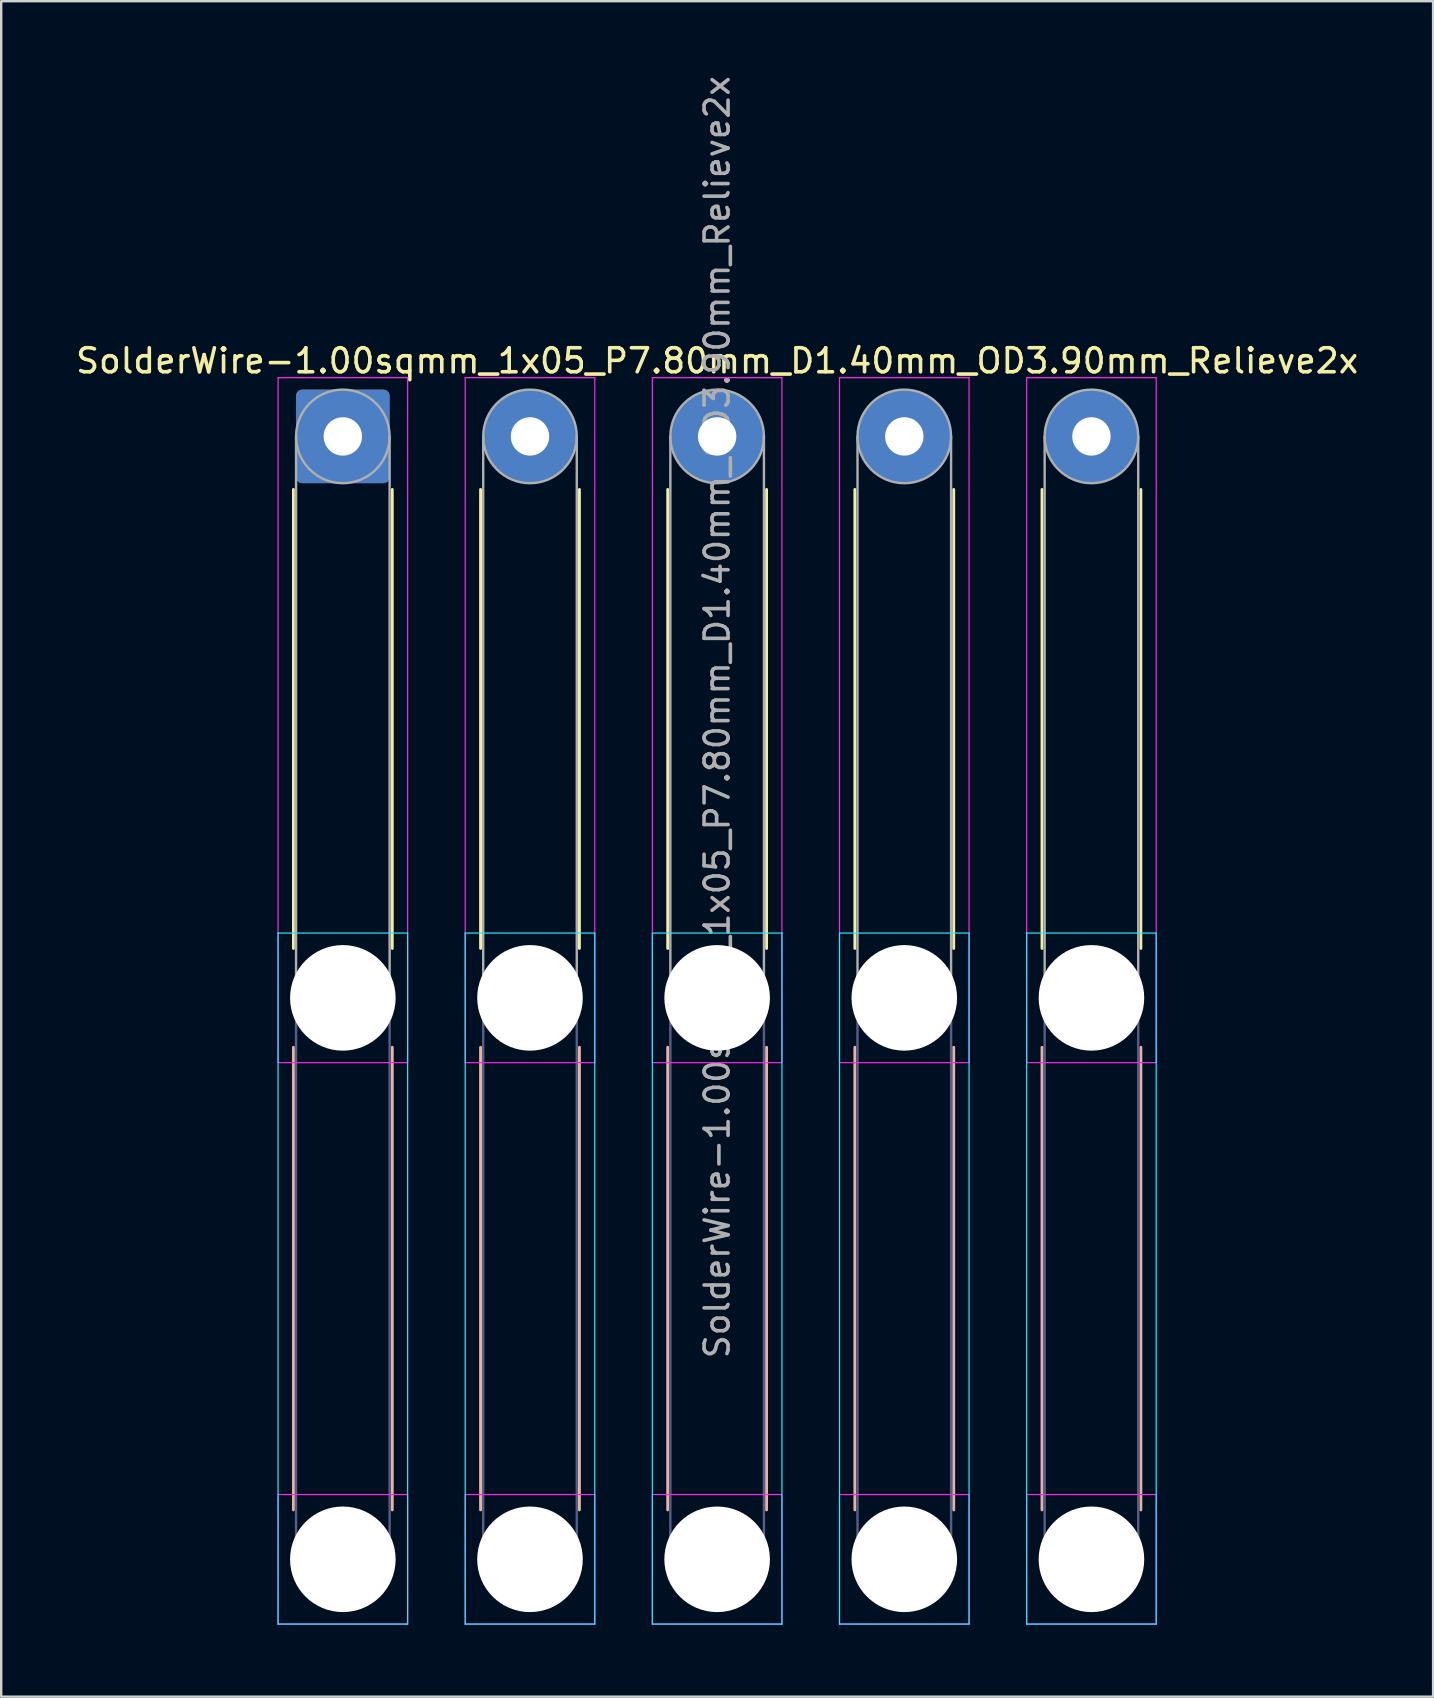
<source format=kicad_pcb>
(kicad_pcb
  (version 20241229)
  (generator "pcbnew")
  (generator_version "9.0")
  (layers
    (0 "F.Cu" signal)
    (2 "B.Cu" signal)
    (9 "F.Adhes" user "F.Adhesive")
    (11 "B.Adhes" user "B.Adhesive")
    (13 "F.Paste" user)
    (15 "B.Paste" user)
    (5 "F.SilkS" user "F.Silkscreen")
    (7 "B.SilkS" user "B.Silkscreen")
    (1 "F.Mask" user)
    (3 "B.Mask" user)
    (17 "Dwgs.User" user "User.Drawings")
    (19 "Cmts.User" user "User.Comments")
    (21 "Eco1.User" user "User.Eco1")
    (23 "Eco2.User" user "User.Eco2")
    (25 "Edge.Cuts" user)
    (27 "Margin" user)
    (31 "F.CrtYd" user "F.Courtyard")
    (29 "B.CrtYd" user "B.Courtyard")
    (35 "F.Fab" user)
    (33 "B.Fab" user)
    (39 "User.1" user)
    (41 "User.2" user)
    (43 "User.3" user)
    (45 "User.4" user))
  (footprint "SolderWire-1.00sqmm_1x05_P7.80mm_D1.40mm_OD3.90mm_Relieve2x"
    (layer "F.Cu")
    (at 11.239 15.139)
    (property "Reference" "SolderWire-1.00sqmm_1x05_P7.80mm_D1.40mm_OD3.90mm_Relieve2x" (at 15.6 -3.15 0) (layer "F.SilkS") (effects (font (size 1 1) (thickness 0.15))))
    (attr exclude_from_pos_files exclude_from_bom)
    (fp_line (start -2.06 2.21) (end -2.06 21.34) (stroke (width 0.12) (type solid)) (layer "F.SilkS"))
    (fp_line (start 2.06 2.21) (end 2.06 21.34) (stroke (width 0.12) (type solid)) (layer "F.SilkS"))
    (fp_line (start 5.74 2.21) (end 5.74 21.34) (stroke (width 0.12) (type solid)) (layer "F.SilkS"))
    (fp_line (start 9.86 2.21) (end 9.86 21.34) (stroke (width 0.12) (type solid)) (layer "F.SilkS"))
    (fp_line (start 13.54 2.21) (end 13.54 21.34) (stroke (width 0.12) (type solid)) (layer "F.SilkS"))
    (fp_line (start 17.66 2.21) (end 17.66 21.34) (stroke (width 0.12) (type solid)) (layer "F.SilkS"))
    (fp_line (start 21.34 2.21) (end 21.34 21.34) (stroke (width 0.12) (type solid)) (layer "F.SilkS"))
    (fp_line (start 25.46 2.21) (end 25.46 21.34) (stroke (width 0.12) (type solid)) (layer "F.SilkS"))
    (fp_line (start 29.14 2.21) (end 29.14 21.34) (stroke (width 0.12) (type solid)) (layer "F.SilkS"))
    (fp_line (start 33.26 2.21) (end 33.26 21.34) (stroke (width 0.12) (type solid)) (layer "F.SilkS"))
    (fp_line (start -2.06 25.46) (end -2.06 44.74) (stroke (width 0.12) (type solid)) (layer "B.SilkS"))
    (fp_line (start 2.06 25.46) (end 2.06 44.74) (stroke (width 0.12) (type solid)) (layer "B.SilkS"))
    (fp_line (start 5.74 25.46) (end 5.74 44.74) (stroke (width 0.12) (type solid)) (layer "B.SilkS"))
    (fp_line (start 9.86 25.46) (end 9.86 44.74) (stroke (width 0.12) (type solid)) (layer "B.SilkS"))
    (fp_line (start 13.54 25.46) (end 13.54 44.74) (stroke (width 0.12) (type solid)) (layer "B.SilkS"))
    (fp_line (start 17.66 25.46) (end 17.66 44.74) (stroke (width 0.12) (type solid)) (layer "B.SilkS"))
    (fp_line (start 21.34 25.46) (end 21.34 44.74) (stroke (width 0.12) (type solid)) (layer "B.SilkS"))
    (fp_line (start 25.46 25.46) (end 25.46 44.74) (stroke (width 0.12) (type solid)) (layer "B.SilkS"))
    (fp_line (start 29.14 25.46) (end 29.14 44.74) (stroke (width 0.12) (type solid)) (layer "B.SilkS"))
    (fp_line (start 33.26 25.46) (end 33.26 44.74) (stroke (width 0.12) (type solid)) (layer "B.SilkS"))
    (fp_line (start -2.7 20.7) (end -2.7 49.5) (stroke (width 0.05) (type solid)) (layer "B.CrtYd"))
    (fp_line (start -2.7 49.5) (end 2.7 49.5) (stroke (width 0.05) (type solid)) (layer "B.CrtYd"))
    (fp_line (start 2.7 20.7) (end -2.7 20.7) (stroke (width 0.05) (type solid)) (layer "B.CrtYd"))
    (fp_line (start 2.7 49.5) (end 2.7 20.7) (stroke (width 0.05) (type solid)) (layer "B.CrtYd"))
    (fp_line (start 5.1 20.7) (end 5.1 49.5) (stroke (width 0.05) (type solid)) (layer "B.CrtYd"))
    (fp_line (start 5.1 49.5) (end 10.5 49.5) (stroke (width 0.05) (type solid)) (layer "B.CrtYd"))
    (fp_line (start 10.5 20.7) (end 5.1 20.7) (stroke (width 0.05) (type solid)) (layer "B.CrtYd"))
    (fp_line (start 10.5 49.5) (end 10.5 20.7) (stroke (width 0.05) (type solid)) (layer "B.CrtYd"))
    (fp_line (start 12.9 20.7) (end 12.9 49.5) (stroke (width 0.05) (type solid)) (layer "B.CrtYd"))
    (fp_line (start 12.9 49.5) (end 18.3 49.5) (stroke (width 0.05) (type solid)) (layer "B.CrtYd"))
    (fp_line (start 18.3 20.7) (end 12.9 20.7) (stroke (width 0.05) (type solid)) (layer "B.CrtYd"))
    (fp_line (start 18.3 49.5) (end 18.3 20.7) (stroke (width 0.05) (type solid)) (layer "B.CrtYd"))
    (fp_line (start 20.7 20.7) (end 20.7 49.5) (stroke (width 0.05) (type solid)) (layer "B.CrtYd"))
    (fp_line (start 20.7 49.5) (end 26.1 49.5) (stroke (width 0.05) (type solid)) (layer "B.CrtYd"))
    (fp_line (start 26.1 20.7) (end 20.7 20.7) (stroke (width 0.05) (type solid)) (layer "B.CrtYd"))
    (fp_line (start 26.1 49.5) (end 26.1 20.7) (stroke (width 0.05) (type solid)) (layer "B.CrtYd"))
    (fp_line (start 28.5 20.7) (end 28.5 49.5) (stroke (width 0.05) (type solid)) (layer "B.CrtYd"))
    (fp_line (start 28.5 49.5) (end 33.9 49.5) (stroke (width 0.05) (type solid)) (layer "B.CrtYd"))
    (fp_line (start 33.9 20.7) (end 28.5 20.7) (stroke (width 0.05) (type solid)) (layer "B.CrtYd"))
    (fp_line (start 33.9 49.5) (end 33.9 20.7) (stroke (width 0.05) (type solid)) (layer "B.CrtYd"))
    (fp_line (start -2.7 -2.45) (end -2.7 26.1) (stroke (width 0.05) (type solid)) (layer "F.CrtYd"))
    (fp_line (start -2.7 26.1) (end 2.7 26.1) (stroke (width 0.05) (type solid)) (layer "F.CrtYd"))
    (fp_line (start -2.7 44.1) (end -2.7 49.5) (stroke (width 0.05) (type solid)) (layer "F.CrtYd"))
    (fp_line (start -2.7 49.5) (end 2.7 49.5) (stroke (width 0.05) (type solid)) (layer "F.CrtYd"))
    (fp_line (start 2.7 -2.45) (end -2.7 -2.45) (stroke (width 0.05) (type solid)) (layer "F.CrtYd"))
    (fp_line (start 2.7 26.1) (end 2.7 -2.45) (stroke (width 0.05) (type solid)) (layer "F.CrtYd"))
    (fp_line (start 2.7 44.1) (end -2.7 44.1) (stroke (width 0.05) (type solid)) (layer "F.CrtYd"))
    (fp_line (start 2.7 49.5) (end 2.7 44.1) (stroke (width 0.05) (type solid)) (layer "F.CrtYd"))
    (fp_line (start 5.1 -2.45) (end 5.1 26.1) (stroke (width 0.05) (type solid)) (layer "F.CrtYd"))
    (fp_line (start 5.1 26.1) (end 10.5 26.1) (stroke (width 0.05) (type solid)) (layer "F.CrtYd"))
    (fp_line (start 5.1 44.1) (end 5.1 49.5) (stroke (width 0.05) (type solid)) (layer "F.CrtYd"))
    (fp_line (start 5.1 49.5) (end 10.5 49.5) (stroke (width 0.05) (type solid)) (layer "F.CrtYd"))
    (fp_line (start 10.5 -2.45) (end 5.1 -2.45) (stroke (width 0.05) (type solid)) (layer "F.CrtYd"))
    (fp_line (start 10.5 26.1) (end 10.5 -2.45) (stroke (width 0.05) (type solid)) (layer "F.CrtYd"))
    (fp_line (start 10.5 44.1) (end 5.1 44.1) (stroke (width 0.05) (type solid)) (layer "F.CrtYd"))
    (fp_line (start 10.5 49.5) (end 10.5 44.1) (stroke (width 0.05) (type solid)) (layer "F.CrtYd"))
    (fp_line (start 12.9 -2.45) (end 12.9 26.1) (stroke (width 0.05) (type solid)) (layer "F.CrtYd"))
    (fp_line (start 12.9 26.1) (end 18.3 26.1) (stroke (width 0.05) (type solid)) (layer "F.CrtYd"))
    (fp_line (start 12.9 44.1) (end 12.9 49.5) (stroke (width 0.05) (type solid)) (layer "F.CrtYd"))
    (fp_line (start 12.9 49.5) (end 18.3 49.5) (stroke (width 0.05) (type solid)) (layer "F.CrtYd"))
    (fp_line (start 18.3 -2.45) (end 12.9 -2.45) (stroke (width 0.05) (type solid)) (layer "F.CrtYd"))
    (fp_line (start 18.3 26.1) (end 18.3 -2.45) (stroke (width 0.05) (type solid)) (layer "F.CrtYd"))
    (fp_line (start 18.3 44.1) (end 12.9 44.1) (stroke (width 0.05) (type solid)) (layer "F.CrtYd"))
    (fp_line (start 18.3 49.5) (end 18.3 44.1) (stroke (width 0.05) (type solid)) (layer "F.CrtYd"))
    (fp_line (start 20.7 -2.45) (end 20.7 26.1) (stroke (width 0.05) (type solid)) (layer "F.CrtYd"))
    (fp_line (start 20.7 26.1) (end 26.1 26.1) (stroke (width 0.05) (type solid)) (layer "F.CrtYd"))
    (fp_line (start 20.7 44.1) (end 20.7 49.5) (stroke (width 0.05) (type solid)) (layer "F.CrtYd"))
    (fp_line (start 20.7 49.5) (end 26.1 49.5) (stroke (width 0.05) (type solid)) (layer "F.CrtYd"))
    (fp_line (start 26.1 -2.45) (end 20.7 -2.45) (stroke (width 0.05) (type solid)) (layer "F.CrtYd"))
    (fp_line (start 26.1 26.1) (end 26.1 -2.45) (stroke (width 0.05) (type solid)) (layer "F.CrtYd"))
    (fp_line (start 26.1 44.1) (end 20.7 44.1) (stroke (width 0.05) (type solid)) (layer "F.CrtYd"))
    (fp_line (start 26.1 49.5) (end 26.1 44.1) (stroke (width 0.05) (type solid)) (layer "F.CrtYd"))
    (fp_line (start 28.5 -2.45) (end 28.5 26.1) (stroke (width 0.05) (type solid)) (layer "F.CrtYd"))
    (fp_line (start 28.5 26.1) (end 33.9 26.1) (stroke (width 0.05) (type solid)) (layer "F.CrtYd"))
    (fp_line (start 28.5 44.1) (end 28.5 49.5) (stroke (width 0.05) (type solid)) (layer "F.CrtYd"))
    (fp_line (start 28.5 49.5) (end 33.9 49.5) (stroke (width 0.05) (type solid)) (layer "F.CrtYd"))
    (fp_line (start 33.9 -2.45) (end 28.5 -2.45) (stroke (width 0.05) (type solid)) (layer "F.CrtYd"))
    (fp_line (start 33.9 26.1) (end 33.9 -2.45) (stroke (width 0.05) (type solid)) (layer "F.CrtYd"))
    (fp_line (start 33.9 44.1) (end 28.5 44.1) (stroke (width 0.05) (type solid)) (layer "F.CrtYd"))
    (fp_line (start 33.9 49.5) (end 33.9 44.1) (stroke (width 0.05) (type solid)) (layer "F.CrtYd"))
    (fp_line (start -1.95 23.4) (end -1.95 46.8) (stroke (width 0.1) (type solid)) (layer "B.Fab"))
    (fp_line (start 1.95 23.4) (end 1.95 46.8) (stroke (width 0.1) (type solid)) (layer "B.Fab"))
    (fp_line (start 5.85 23.4) (end 5.85 46.8) (stroke (width 0.1) (type solid)) (layer "B.Fab"))
    (fp_line (start 9.75 23.4) (end 9.75 46.8) (stroke (width 0.1) (type solid)) (layer "B.Fab"))
    (fp_line (start 13.65 23.4) (end 13.65 46.8) (stroke (width 0.1) (type solid)) (layer "B.Fab"))
    (fp_line (start 17.55 23.4) (end 17.55 46.8) (stroke (width 0.1) (type solid)) (layer "B.Fab"))
    (fp_line (start 21.45 23.4) (end 21.45 46.8) (stroke (width 0.1) (type solid)) (layer "B.Fab"))
    (fp_line (start 25.35 23.4) (end 25.35 46.8) (stroke (width 0.1) (type solid)) (layer "B.Fab"))
    (fp_line (start 29.25 23.4) (end 29.25 46.8) (stroke (width 0.1) (type solid)) (layer "B.Fab"))
    (fp_line (start 33.15 23.4) (end 33.15 46.8) (stroke (width 0.1) (type solid)) (layer "B.Fab"))
    (fp_circle (center 0 23.4) (end 1.95 23.4) (stroke (width 0.1) (type solid)) (fill no) (layer "B.Fab"))
    (fp_circle (center 0 46.8) (end 1.95 46.8) (stroke (width 0.1) (type solid)) (fill no) (layer "B.Fab"))
    (fp_circle (center 7.8 23.4) (end 9.75 23.4) (stroke (width 0.1) (type solid)) (fill no) (layer "B.Fab"))
    (fp_circle (center 7.8 46.8) (end 9.75 46.8) (stroke (width 0.1) (type solid)) (fill no) (layer "B.Fab"))
    (fp_circle (center 15.6 23.4) (end 17.55 23.4) (stroke (width 0.1) (type solid)) (fill no) (layer "B.Fab"))
    (fp_circle (center 15.6 46.8) (end 17.55 46.8) (stroke (width 0.1) (type solid)) (fill no) (layer "B.Fab"))
    (fp_circle (center 23.4 23.4) (end 25.35 23.4) (stroke (width 0.1) (type solid)) (fill no) (layer "B.Fab"))
    (fp_circle (center 23.4 46.8) (end 25.35 46.8) (stroke (width 0.1) (type solid)) (fill no) (layer "B.Fab"))
    (fp_circle (center 31.2 23.4) (end 33.15 23.4) (stroke (width 0.1) (type solid)) (fill no) (layer "B.Fab"))
    (fp_circle (center 31.2 46.8) (end 33.15 46.8) (stroke (width 0.1) (type solid)) (fill no) (layer "B.Fab"))
    (fp_line (start -1.95 0) (end -1.95 23.4) (stroke (width 0.1) (type solid)) (layer "F.Fab"))
    (fp_line (start 1.95 0) (end 1.95 23.4) (stroke (width 0.1) (type solid)) (layer "F.Fab"))
    (fp_line (start 5.85 0) (end 5.85 23.4) (stroke (width 0.1) (type solid)) (layer "F.Fab"))
    (fp_line (start 9.75 0) (end 9.75 23.4) (stroke (width 0.1) (type solid)) (layer "F.Fab"))
    (fp_line (start 13.65 0) (end 13.65 23.4) (stroke (width 0.1) (type solid)) (layer "F.Fab"))
    (fp_line (start 17.55 0) (end 17.55 23.4) (stroke (width 0.1) (type solid)) (layer "F.Fab"))
    (fp_line (start 21.45 0) (end 21.45 23.4) (stroke (width 0.1) (type solid)) (layer "F.Fab"))
    (fp_line (start 25.35 0) (end 25.35 23.4) (stroke (width 0.1) (type solid)) (layer "F.Fab"))
    (fp_line (start 29.25 0) (end 29.25 23.4) (stroke (width 0.1) (type solid)) (layer "F.Fab"))
    (fp_line (start 33.15 0) (end 33.15 23.4) (stroke (width 0.1) (type solid)) (layer "F.Fab"))
    (fp_circle (center 0 0) (end 1.95 0) (stroke (width 0.1) (type solid)) (fill no) (layer "F.Fab"))
    (fp_circle (center 0 23.4) (end 1.95 23.4) (stroke (width 0.1) (type solid)) (fill no) (layer "F.Fab"))
    (fp_circle (center 0 46.8) (end 1.95 46.8) (stroke (width 0.1) (type solid)) (fill no) (layer "F.Fab"))
    (fp_circle (center 7.8 0) (end 9.75 0) (stroke (width 0.1) (type solid)) (fill no) (layer "F.Fab"))
    (fp_circle (center 7.8 23.4) (end 9.75 23.4) (stroke (width 0.1) (type solid)) (fill no) (layer "F.Fab"))
    (fp_circle (center 7.8 46.8) (end 9.75 46.8) (stroke (width 0.1) (type solid)) (fill no) (layer "F.Fab"))
    (fp_circle (center 15.6 0) (end 17.55 0) (stroke (width 0.1) (type solid)) (fill no) (layer "F.Fab"))
    (fp_circle (center 15.6 23.4) (end 17.55 23.4) (stroke (width 0.1) (type solid)) (fill no) (layer "F.Fab"))
    (fp_circle (center 15.6 46.8) (end 17.55 46.8) (stroke (width 0.1) (type solid)) (fill no) (layer "F.Fab"))
    (fp_circle (center 23.4 0) (end 25.35 0) (stroke (width 0.1) (type solid)) (fill no) (layer "F.Fab"))
    (fp_circle (center 23.4 23.4) (end 25.35 23.4) (stroke (width 0.1) (type solid)) (fill no) (layer "F.Fab"))
    (fp_circle (center 23.4 46.8) (end 25.35 46.8) (stroke (width 0.1) (type solid)) (fill no) (layer "F.Fab"))
    (fp_circle (center 31.2 0) (end 33.15 0) (stroke (width 0.1) (type solid)) (fill no) (layer "F.Fab"))
    (fp_circle (center 31.2 23.4) (end 33.15 23.4) (stroke (width 0.1) (type solid)) (fill no) (layer "F.Fab"))
    (fp_circle (center 31.2 46.8) (end 33.15 46.8) (stroke (width 0.1) (type solid)) (fill no) (layer "F.Fab"))
    (fp_text user "${REFERENCE}" (at 15.6 11.7 90) (layer "F.Fab") (effects (font (size 1 1) (thickness 0.15))))
    (pad "" np_thru_hole circle (at 0 23.4) (size 4.4 4.4) (drill 4.4) (layers "*.Cu" "*.Mask"))
    (pad "" np_thru_hole circle (at 0 46.8) (size 4.4 4.4) (drill 4.4) (layers "*.Cu" "*.Mask"))
    (pad "" np_thru_hole circle (at 7.8 23.4) (size 4.4 4.4) (drill 4.4) (layers "*.Cu" "*.Mask"))
    (pad "" np_thru_hole circle (at 7.8 46.8) (size 4.4 4.4) (drill 4.4) (layers "*.Cu" "*.Mask"))
    (pad "" np_thru_hole circle (at 15.6 23.4) (size 4.4 4.4) (drill 4.4) (layers "*.Cu" "*.Mask"))
    (pad "" np_thru_hole circle (at 15.6 46.8) (size 4.4 4.4) (drill 4.4) (layers "*.Cu" "*.Mask"))
    (pad "" np_thru_hole circle (at 23.4 23.4) (size 4.4 4.4) (drill 4.4) (layers "*.Cu" "*.Mask"))
    (pad "" np_thru_hole circle (at 23.4 46.8) (size 4.4 4.4) (drill 4.4) (layers "*.Cu" "*.Mask"))
    (pad "" np_thru_hole circle (at 31.2 23.4) (size 4.4 4.4) (drill 4.4) (layers "*.Cu" "*.Mask"))
    (pad "" np_thru_hole circle (at 31.2 46.8) (size 4.4 4.4) (drill 4.4) (layers "*.Cu" "*.Mask"))
    (pad "1" thru_hole roundrect (at 0 0) (size 3.9 3.9) (drill 1.6) (layers "*.Cu" "*.Mask") (roundrect_rratio 0.064))
    (pad "2" thru_hole circle (at 7.8 0) (size 3.9 3.9) (drill 1.6) (layers "*.Cu" "*.Mask"))
    (pad "3" thru_hole circle (at 15.6 0) (size 3.9 3.9) (drill 1.6) (layers "*.Cu" "*.Mask"))
    (pad "4" thru_hole circle (at 23.4 0) (size 3.9 3.9) (drill 1.6) (layers "*.Cu" "*.Mask"))
    (pad "5" thru_hole circle (at 31.2 0) (size 3.9 3.9) (drill 1.6) (layers "*.Cu" "*.Mask")))
  (gr_rect
    (start -3 -3)
    (end 56.679 67.664)
    (stroke (width 0.1) (type default))
    (fill no)
    (layer "Edge.Cuts")))
</source>
